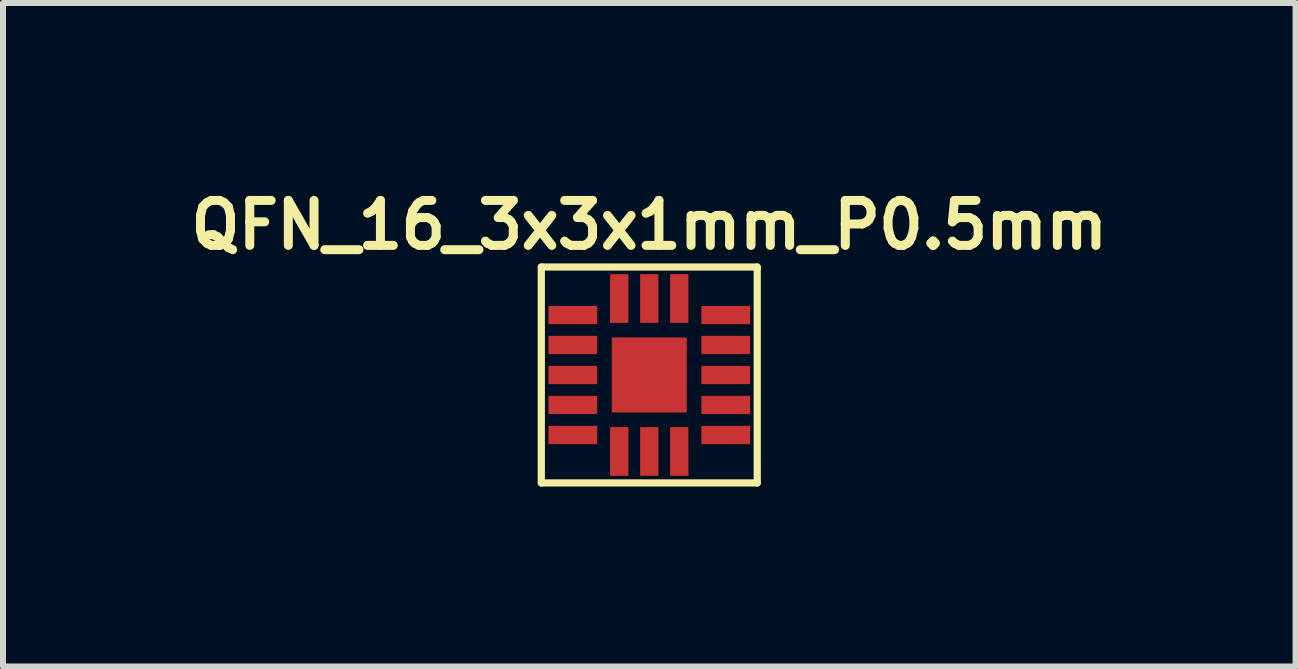
<source format=kicad_pcb>
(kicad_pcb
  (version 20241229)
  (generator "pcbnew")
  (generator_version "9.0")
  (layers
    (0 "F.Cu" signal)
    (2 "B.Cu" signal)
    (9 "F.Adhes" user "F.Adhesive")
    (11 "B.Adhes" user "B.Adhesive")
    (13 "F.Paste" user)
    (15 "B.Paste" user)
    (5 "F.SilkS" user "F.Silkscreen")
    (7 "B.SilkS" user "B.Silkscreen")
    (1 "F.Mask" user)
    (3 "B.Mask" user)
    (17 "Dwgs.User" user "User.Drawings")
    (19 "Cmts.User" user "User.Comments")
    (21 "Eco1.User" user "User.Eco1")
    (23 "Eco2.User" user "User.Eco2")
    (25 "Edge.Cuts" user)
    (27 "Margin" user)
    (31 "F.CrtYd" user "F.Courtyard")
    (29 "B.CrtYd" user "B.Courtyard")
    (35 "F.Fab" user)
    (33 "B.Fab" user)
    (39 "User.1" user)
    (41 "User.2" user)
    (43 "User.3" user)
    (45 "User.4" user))
  (footprint "QFN_16_3x3x1mm_P0.5mm"
    (layer "F.Cu")
    (at 7.775 3.202)
    (property "Reference" "QFN_16_3x3x1mm_P0.5mm" (at 0 -2.5 0) (layer "F.SilkS") (effects (font (size 0.75 0.75) (thickness 0.15))))
    (attr through_hole)
    (fp_line (start -1.8 -1.8) (end 1.8 -1.8) (stroke (width 0.12) (type solid)) (layer "F.SilkS"))
    (fp_line (start -1.8 1.8) (end -1.8 -1.8) (stroke (width 0.12) (type solid)) (layer "F.SilkS"))
    (fp_line (start 1.8 -1.8) (end 1.8 1.8) (stroke (width 0.12) (type solid)) (layer "F.SilkS"))
    (fp_line (start 1.8 1.8) (end -1.8 1.8) (stroke (width 0.12) (type solid)) (layer "F.SilkS"))
    (pad "" smd rect (at 0 0) (size 1.25 1.25) (layers "F.Cu" "F.Mask" "F.Paste"))
    (pad "1" smd rect (at -1.275 -1) (size 0.813 0.305) (layers "F.Cu" "F.Mask" "F.Paste"))
    (pad "2" smd rect (at -1.275 -0.5) (size 0.813 0.305) (layers "F.Cu" "F.Mask" "F.Paste"))
    (pad "3" smd rect (at -1.275 0) (size 0.813 0.305) (layers "F.Cu" "F.Mask" "F.Paste"))
    (pad "4" smd rect (at -1.275 0.5) (size 0.813 0.305) (layers "F.Cu" "F.Mask" "F.Paste"))
    (pad "5" smd rect (at -1.275 1) (size 0.813 0.305) (layers "F.Cu" "F.Mask" "F.Paste"))
    (pad "6" smd rect (at -0.5 1.275) (size 0.305 0.813) (layers "F.Cu" "F.Mask" "F.Paste"))
    (pad "7" smd rect (at 0 1.275) (size 0.305 0.813) (layers "F.Cu" "F.Mask" "F.Paste"))
    (pad "8" smd rect (at 0.5 1.275) (size 0.305 0.813) (layers "F.Cu" "F.Mask" "F.Paste"))
    (pad "9" smd rect (at 1.275 1) (size 0.813 0.305) (layers "F.Cu" "F.Mask" "F.Paste"))
    (pad "10" smd rect (at 1.275 0.5) (size 0.813 0.305) (layers "F.Cu" "F.Mask" "F.Paste"))
    (pad "11" smd rect (at 1.275 0) (size 0.813 0.305) (layers "F.Cu" "F.Mask" "F.Paste"))
    (pad "12" smd rect (at 1.275 -0.5) (size 0.813 0.305) (layers "F.Cu" "F.Mask" "F.Paste"))
    (pad "13" smd rect (at 1.275 -1) (size 0.813 0.305) (layers "F.Cu" "F.Mask" "F.Paste"))
    (pad "14" smd rect (at 0.5 -1.275) (size 0.305 0.813) (layers "F.Cu" "F.Mask" "F.Paste"))
    (pad "15" smd rect (at 0 -1.275) (size 0.305 0.813) (layers "F.Cu" "F.Mask" "F.Paste"))
    (pad "16" smd rect (at -0.5 -1.275) (size 0.305 0.813) (layers "F.Cu" "F.Mask" "F.Paste")))
  (gr_rect
    (start -3 -3)
    (end 18.55 8.062)
    (stroke (width 0.1) (type default))
    (fill no)
    (layer "Edge.Cuts")))
</source>
